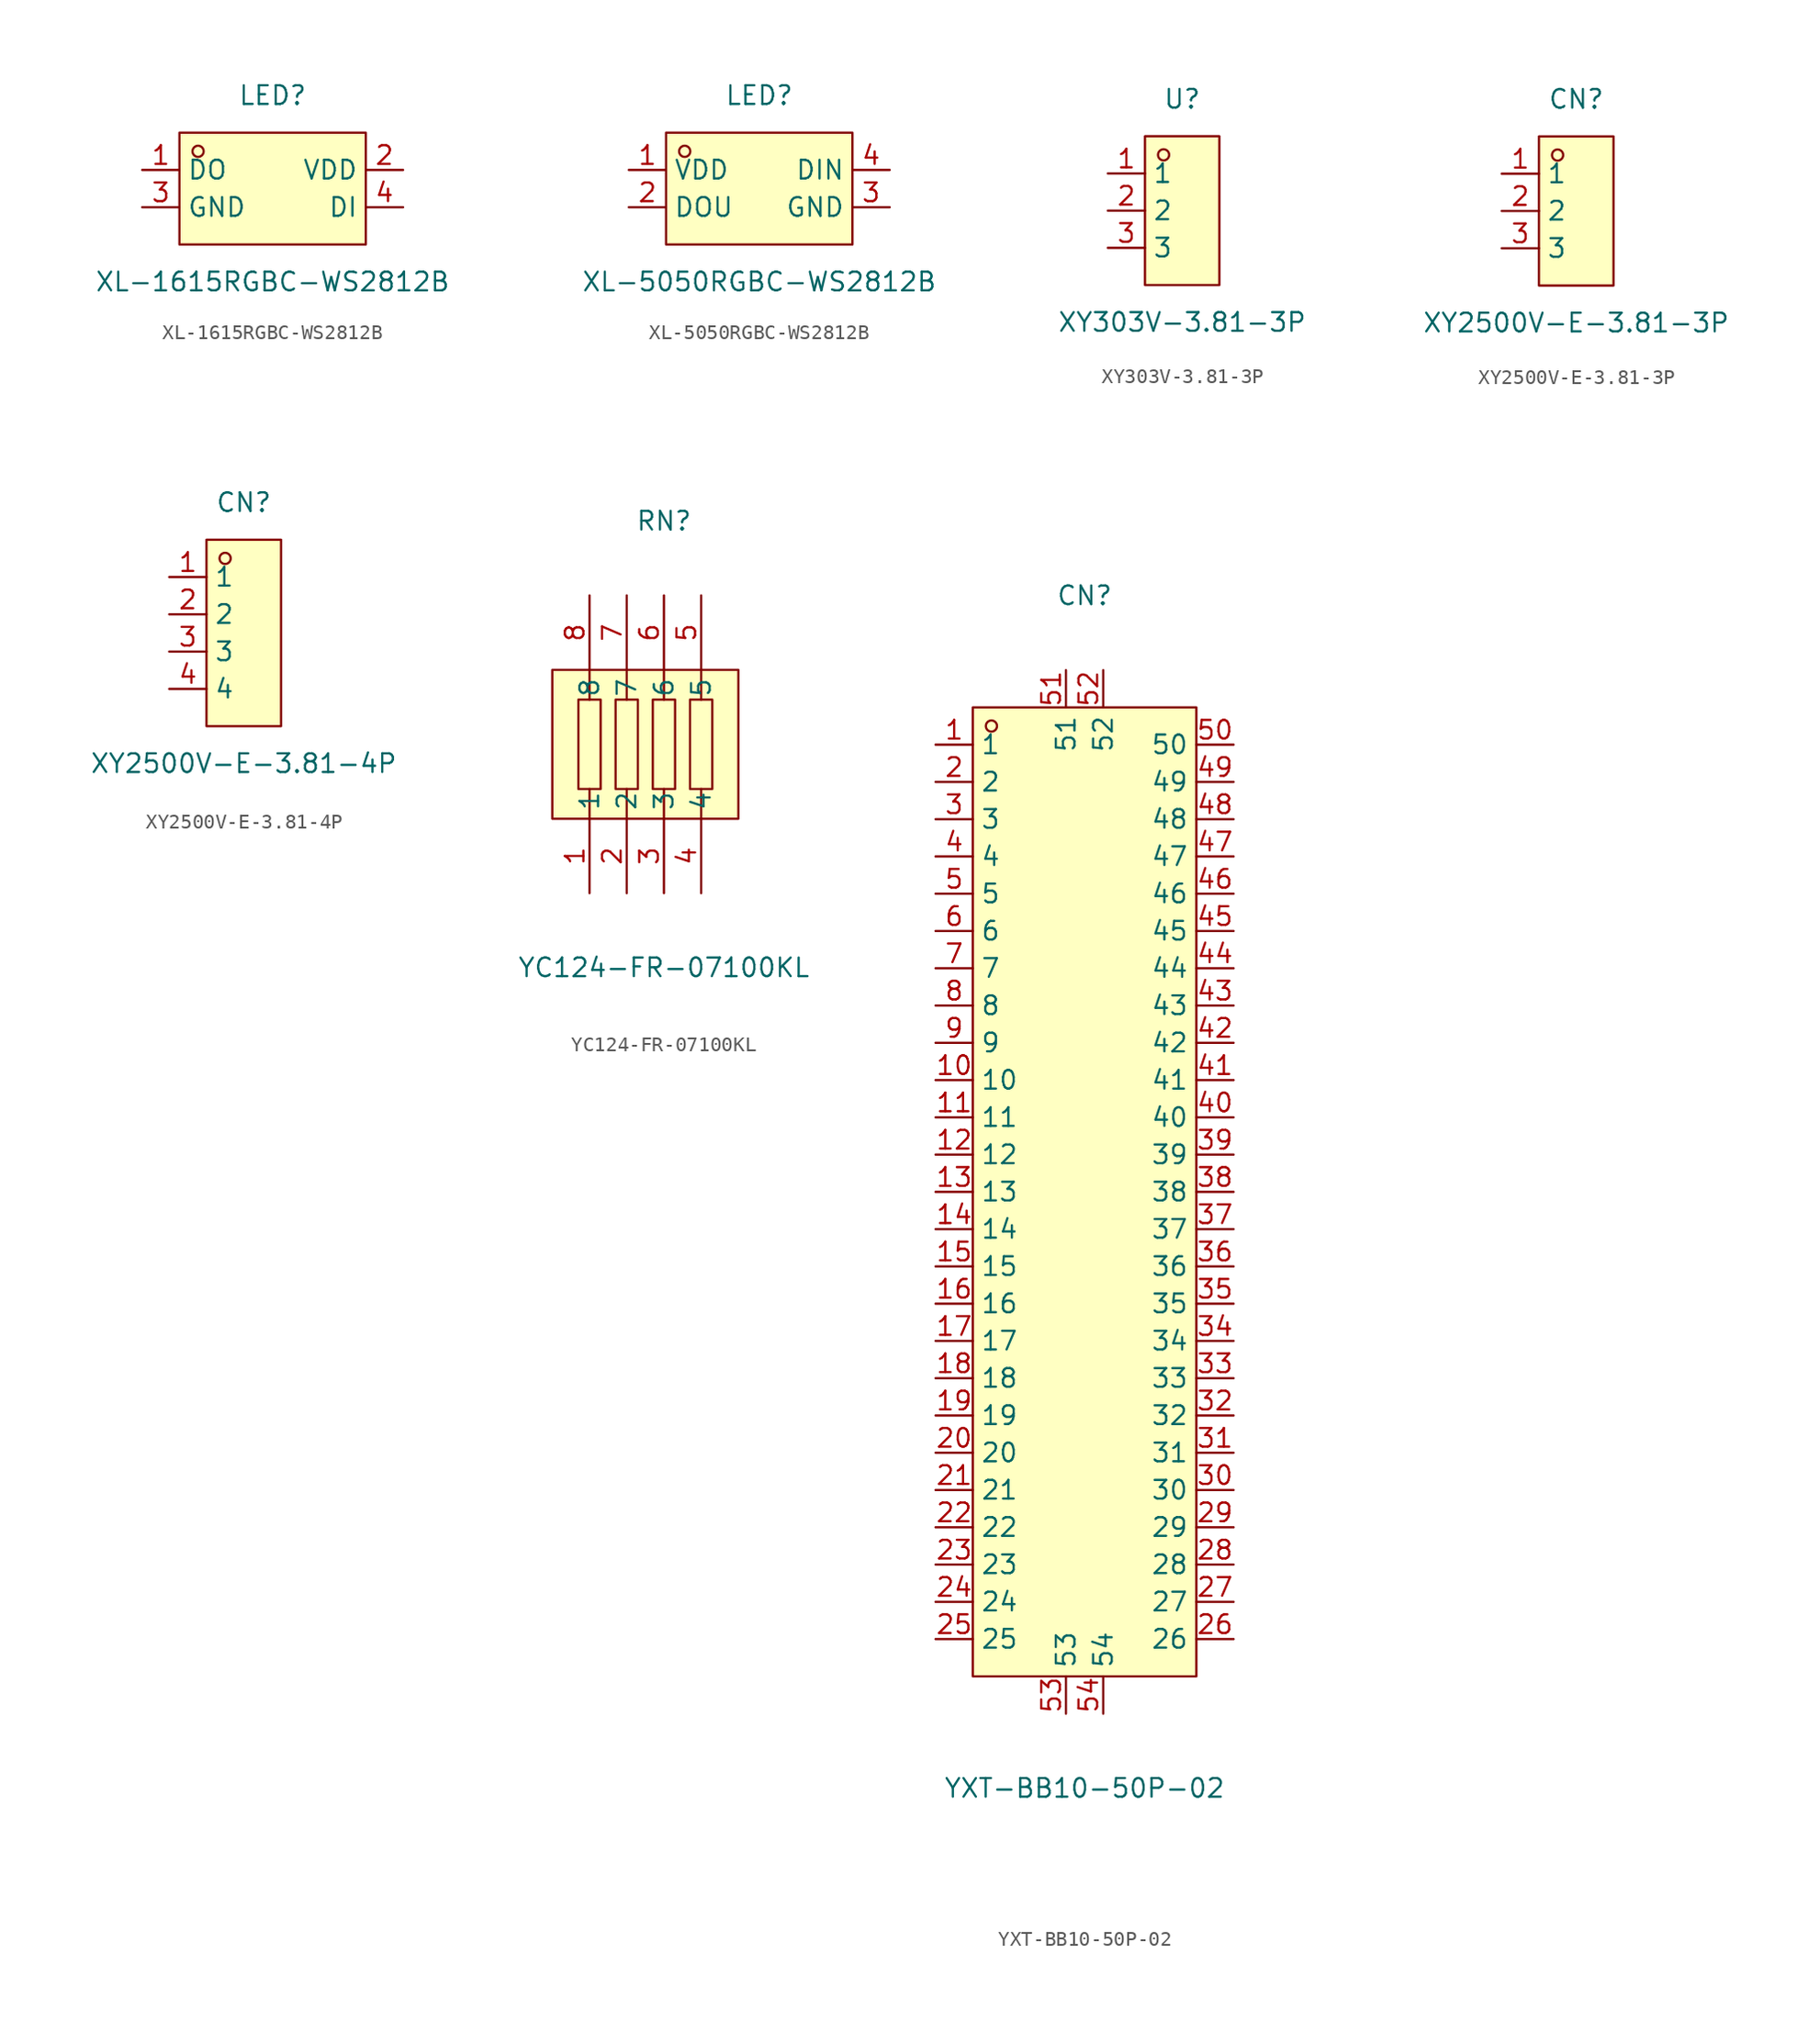
<source format=kicad_sym>
(kicad_symbol_lib
  (version 20231120)
  (generator "kicad_symbol_editor")
  (generator_version "8.0")
  (symbol "XL-1615RGBC-WS2812B"
    (property "Reference" "LED"
      (at 0 6.35 0)
      (effects (font (size 1.27 1.27))))
    (property "Value" "XL-1615RGBC-WS2812B"
      (at 0 -6.35 0)
      (effects (font (size 1.27 1.27))))
    (symbol "XL-1615RGBC-WS2812B_0_1"
      (rectangle (start -6.35 3.81) (end 6.35 -3.81) (stroke (width 0) (type default)) (fill (type background)))
      (circle (center -5.08 2.54) (radius 0.38) (stroke (width 0) (type default)) (fill (type none)))
      (pin unspecified line (at -8.89 1.27 0) (length 2.54) (name "DO" (effects (font (size 1.27 1.27)))) (number "1" (effects (font (size 1.27 1.27)))))
      (pin unspecified line (at 8.89 1.27 180) (length 2.54) (name "VDD" (effects (font (size 1.27 1.27)))) (number "2" (effects (font (size 1.27 1.27)))))
      (pin unspecified line (at -8.89 -1.27 0) (length 2.54) (name "GND" (effects (font (size 1.27 1.27)))) (number "3" (effects (font (size 1.27 1.27)))))
      (pin unspecified line (at 8.89 -1.27 180) (length 2.54) (name "DI" (effects (font (size 1.27 1.27)))) (number "4" (effects (font (size 1.27 1.27)))))))
  (symbol "XL-5050RGBC-WS2812B"
    (property "Reference" "LED"
      (at 0 6.35 0)
      (effects (font (size 1.27 1.27))))
    (property "Value" "XL-5050RGBC-WS2812B"
      (at 0 -6.35 0)
      (effects (font (size 1.27 1.27))))
    (symbol "XL-5050RGBC-WS2812B_0_1"
      (rectangle (start -6.35 3.81) (end 6.35 -3.81) (stroke (width 0) (type default)) (fill (type background)))
      (circle (center -5.08 2.54) (radius 0.38) (stroke (width 0) (type default)) (fill (type none)))
      (pin unspecified line (at -8.89 1.27 0) (length 2.54) (name "VDD" (effects (font (size 1.27 1.27)))) (number "1" (effects (font (size 1.27 1.27)))))
      (pin unspecified line (at -8.89 -1.27 0) (length 2.54) (name "DOU" (effects (font (size 1.27 1.27)))) (number "2" (effects (font (size 1.27 1.27)))))
      (pin unspecified line (at 8.89 -1.27 180) (length 2.54) (name "GND" (effects (font (size 1.27 1.27)))) (number "3" (effects (font (size 1.27 1.27)))))
      (pin unspecified line (at 8.89 1.27 180) (length 2.54) (name "DIN" (effects (font (size 1.27 1.27)))) (number "4" (effects (font (size 1.27 1.27)))))))
  (symbol "XY303V-3.81-3P"
    (property "Reference" "U"
      (at 0 7.62 0)
      (effects (font (size 1.27 1.27))))
    (property "Value" "XY303V-3.81-3P"
      (at 0 -7.62 0)
      (effects (font (size 1.27 1.27))))
    (symbol "XY303V-3.81-3P_0_1"
      (rectangle (start -2.54 5.08) (end 2.54 -5.08) (stroke (width 0) (type default)) (fill (type background)))
      (circle (center -1.27 3.81) (radius 0.38) (stroke (width 0) (type default)) (fill (type none)))
      (pin unspecified line (at -5.08 2.54 0) (length 2.54) (name "1" (effects (font (size 1.27 1.27)))) (number "1" (effects (font (size 1.27 1.27)))))
      (pin unspecified line (at -5.08 0 0) (length 2.54) (name "2" (effects (font (size 1.27 1.27)))) (number "2" (effects (font (size 1.27 1.27)))))
      (pin unspecified line (at -5.08 -2.54 0) (length 2.54) (name "3" (effects (font (size 1.27 1.27)))) (number "3" (effects (font (size 1.27 1.27)))))))
  (symbol "XY2500V-E-3.81-3P"
    (property "Reference" "CN"
      (at 0 7.62 0)
      (effects (font (size 1.27 1.27))))
    (property "Value" "XY2500V-E-3.81-3P"
      (at 0 -7.62 0)
      (effects (font (size 1.27 1.27))))
    (symbol "XY2500V-E-3.81-3P_0_1"
      (rectangle (start -2.54 5.08) (end 2.54 -5.08) (stroke (width 0) (type default)) (fill (type background)))
      (circle (center -1.27 3.81) (radius 0.38) (stroke (width 0) (type default)) (fill (type none)))
      (pin unspecified line (at -5.08 2.54 0) (length 2.54) (name "1" (effects (font (size 1.27 1.27)))) (number "1" (effects (font (size 1.27 1.27)))))
      (pin unspecified line (at -5.08 0 0) (length 2.54) (name "2" (effects (font (size 1.27 1.27)))) (number "2" (effects (font (size 1.27 1.27)))))
      (pin unspecified line (at -5.08 -2.54 0) (length 2.54) (name "3" (effects (font (size 1.27 1.27)))) (number "3" (effects (font (size 1.27 1.27)))))))
  (symbol "XY2500V-E-3.81-4P"
    (property "Reference" "CN"
      (at 0 8.89 0)
      (effects (font (size 1.27 1.27))))
    (property "Value" "XY2500V-E-3.81-4P"
      (at 0 -8.89 0)
      (effects (font (size 1.27 1.27))))
    (symbol "XY2500V-E-3.81-4P_0_1"
      (rectangle (start -2.54 6.35) (end 2.54 -6.35) (stroke (width 0) (type default)) (fill (type background)))
      (circle (center -1.27 5.08) (radius 0.38) (stroke (width 0) (type default)) (fill (type none)))
      (pin unspecified line (at -5.08 3.81 0) (length 2.54) (name "1" (effects (font (size 1.27 1.27)))) (number "1" (effects (font (size 1.27 1.27)))))
      (pin unspecified line (at -5.08 1.27 0) (length 2.54) (name "2" (effects (font (size 1.27 1.27)))) (number "2" (effects (font (size 1.27 1.27)))))
      (pin unspecified line (at -5.08 -1.27 0) (length 2.54) (name "3" (effects (font (size 1.27 1.27)))) (number "3" (effects (font (size 1.27 1.27)))))
      (pin unspecified line (at -5.08 -3.81 0) (length 2.54) (name "4" (effects (font (size 1.27 1.27)))) (number "4" (effects (font (size 1.27 1.27)))))))
  (symbol "YC124-FR-07100KL"
    (property "Reference" "RN"
      (at 0 15.24 0)
      (effects (font (size 1.27 1.27))))
    (property "Value" "YC124-FR-07100KL"
      (at 0 -15.24 0)
      (effects (font (size 1.27 1.27))))
    (symbol "YC124-FR-07100KL_0_1"
      (rectangle (start -7.62 5.08) (end 5.08 -5.08) (stroke (width 0) (type default)) (fill (type background)))
      (rectangle (start -5.84 3.05) (end -4.32 -3.05) (stroke (width 0) (type default)) (fill (type background)))
      (rectangle (start -3.3 3.05) (end -1.78 -3.05) (stroke (width 0) (type default)) (fill (type background)))
      (rectangle (start -0.76 3.05) (end 0.76 -3.05) (stroke (width 0) (type default)) (fill (type background)))
      (polyline (pts (xy -5.08 -3.05) (xy -5.08 -5.08)) (stroke (width 0) (type default)) (fill (type none)))
      (polyline (pts (xy -5.08 3.05) (xy -5.08 5.08)) (stroke (width 0) (type default)) (fill (type none)))
      (polyline (pts (xy -2.54 -3.05) (xy -2.54 -5.08)) (stroke (width 0) (type default)) (fill (type none)))
      (polyline (pts (xy -2.54 3.05) (xy -2.54 5.08)) (stroke (width 0) (type default)) (fill (type none)))
      (polyline (pts (xy 0 -3.05) (xy 0 -5.08)) (stroke (width 0) (type default)) (fill (type none)))
      (polyline (pts (xy 0 3.05) (xy 0 5.08)) (stroke (width 0) (type default)) (fill (type none)))
      (polyline (pts (xy 2.54 -3.05) (xy 2.54 -5.08)) (stroke (width 0) (type default)) (fill (type none)))
      (polyline (pts (xy 2.54 3.05) (xy 2.54 5.08)) (stroke (width 0) (type default)) (fill (type none)))
      (rectangle (start 1.78 3.05) (end 3.3 -3.05) (stroke (width 0) (type default)) (fill (type background)))
      (pin unspecified line (at -5.08 -10.16 90) (length 5.08) (name "1" (effects (font (size 1.27 1.27)))) (number "1" (effects (font (size 1.27 1.27)))))
      (pin unspecified line (at -2.54 -10.16 90) (length 5.08) (name "2" (effects (font (size 1.27 1.27)))) (number "2" (effects (font (size 1.27 1.27)))))
      (pin unspecified line (at 0 -10.16 90) (length 5.08) (name "3" (effects (font (size 1.27 1.27)))) (number "3" (effects (font (size 1.27 1.27)))))
      (pin unspecified line (at 2.54 -10.16 90) (length 5.08) (name "4" (effects (font (size 1.27 1.27)))) (number "4" (effects (font (size 1.27 1.27)))))
      (pin unspecified line (at 2.54 10.16 270) (length 5.08) (name "5" (effects (font (size 1.27 1.27)))) (number "5" (effects (font (size 1.27 1.27)))))
      (pin unspecified line (at 0 10.16 270) (length 5.08) (name "6" (effects (font (size 1.27 1.27)))) (number "6" (effects (font (size 1.27 1.27)))))
      (pin unspecified line (at -2.54 10.16 270) (length 5.08) (name "7" (effects (font (size 1.27 1.27)))) (number "7" (effects (font (size 1.27 1.27)))))
      (pin unspecified line (at -5.08 10.16 270) (length 5.08) (name "8" (effects (font (size 1.27 1.27)))) (number "8" (effects (font (size 1.27 1.27)))))))
  (symbol "YXT-BB10-50P-02"
    (property "Reference" "CN"
      (at 0 40.64 0)
      (effects (font (size 1.27 1.27))))
    (property "Value" "YXT-BB10-50P-02"
      (at 0 -40.64 0)
      (effects (font (size 1.27 1.27))))
    (symbol "YXT-BB10-50P-02_0_1"
      (rectangle (start -7.62 33.02) (end 7.62 -33.02) (stroke (width 0) (type default)) (fill (type background)))
      (circle (center -6.35 31.75) (radius 0.38) (stroke (width 0) (type default)) (fill (type none)))
      (pin unspecified line (at -10.16 30.48 0) (length 2.54) (name "1" (effects (font (size 1.27 1.27)))) (number "1" (effects (font (size 1.27 1.27)))))
      (pin unspecified line (at -10.16 7.62 0) (length 2.54) (name "10" (effects (font (size 1.27 1.27)))) (number "10" (effects (font (size 1.27 1.27)))))
      (pin unspecified line (at -10.16 5.08 0) (length 2.54) (name "11" (effects (font (size 1.27 1.27)))) (number "11" (effects (font (size 1.27 1.27)))))
      (pin unspecified line (at -10.16 2.54 0) (length 2.54) (name "12" (effects (font (size 1.27 1.27)))) (number "12" (effects (font (size 1.27 1.27)))))
      (pin unspecified line (at -10.16 0 0) (length 2.54) (name "13" (effects (font (size 1.27 1.27)))) (number "13" (effects (font (size 1.27 1.27)))))
      (pin unspecified line (at -10.16 -2.54 0) (length 2.54) (name "14" (effects (font (size 1.27 1.27)))) (number "14" (effects (font (size 1.27 1.27)))))
      (pin unspecified line (at -10.16 -5.08 0) (length 2.54) (name "15" (effects (font (size 1.27 1.27)))) (number "15" (effects (font (size 1.27 1.27)))))
      (pin unspecified line (at -10.16 -7.62 0) (length 2.54) (name "16" (effects (font (size 1.27 1.27)))) (number "16" (effects (font (size 1.27 1.27)))))
      (pin unspecified line (at -10.16 -10.16 0) (length 2.54) (name "17" (effects (font (size 1.27 1.27)))) (number "17" (effects (font (size 1.27 1.27)))))
      (pin unspecified line (at -10.16 -12.7 0) (length 2.54) (name "18" (effects (font (size 1.27 1.27)))) (number "18" (effects (font (size 1.27 1.27)))))
      (pin unspecified line (at -10.16 -15.24 0) (length 2.54) (name "19" (effects (font (size 1.27 1.27)))) (number "19" (effects (font (size 1.27 1.27)))))
      (pin unspecified line (at -10.16 27.94 0) (length 2.54) (name "2" (effects (font (size 1.27 1.27)))) (number "2" (effects (font (size 1.27 1.27)))))
      (pin unspecified line (at -10.16 -17.78 0) (length 2.54) (name "20" (effects (font (size 1.27 1.27)))) (number "20" (effects (font (size 1.27 1.27)))))
      (pin unspecified line (at -10.16 -20.32 0) (length 2.54) (name "21" (effects (font (size 1.27 1.27)))) (number "21" (effects (font (size 1.27 1.27)))))
      (pin unspecified line (at -10.16 -22.86 0) (length 2.54) (name "22" (effects (font (size 1.27 1.27)))) (number "22" (effects (font (size 1.27 1.27)))))
      (pin unspecified line (at -10.16 -25.4 0) (length 2.54) (name "23" (effects (font (size 1.27 1.27)))) (number "23" (effects (font (size 1.27 1.27)))))
      (pin unspecified line (at -10.16 -27.94 0) (length 2.54) (name "24" (effects (font (size 1.27 1.27)))) (number "24" (effects (font (size 1.27 1.27)))))
      (pin unspecified line (at -10.16 -30.48 0) (length 2.54) (name "25" (effects (font (size 1.27 1.27)))) (number "25" (effects (font (size 1.27 1.27)))))
      (pin unspecified line (at 10.16 -30.48 180) (length 2.54) (name "26" (effects (font (size 1.27 1.27)))) (number "26" (effects (font (size 1.27 1.27)))))
      (pin unspecified line (at 10.16 -27.94 180) (length 2.54) (name "27" (effects (font (size 1.27 1.27)))) (number "27" (effects (font (size 1.27 1.27)))))
      (pin unspecified line (at 10.16 -25.4 180) (length 2.54) (name "28" (effects (font (size 1.27 1.27)))) (number "28" (effects (font (size 1.27 1.27)))))
      (pin unspecified line (at 10.16 -22.86 180) (length 2.54) (name "29" (effects (font (size 1.27 1.27)))) (number "29" (effects (font (size 1.27 1.27)))))
      (pin unspecified line (at -10.16 25.4 0) (length 2.54) (name "3" (effects (font (size 1.27 1.27)))) (number "3" (effects (font (size 1.27 1.27)))))
      (pin unspecified line (at 10.16 -20.32 180) (length 2.54) (name "30" (effects (font (size 1.27 1.27)))) (number "30" (effects (font (size 1.27 1.27)))))
      (pin unspecified line (at 10.16 -17.78 180) (length 2.54) (name "31" (effects (font (size 1.27 1.27)))) (number "31" (effects (font (size 1.27 1.27)))))
      (pin unspecified line (at 10.16 -15.24 180) (length 2.54) (name "32" (effects (font (size 1.27 1.27)))) (number "32" (effects (font (size 1.27 1.27)))))
      (pin unspecified line (at 10.16 -12.7 180) (length 2.54) (name "33" (effects (font (size 1.27 1.27)))) (number "33" (effects (font (size 1.27 1.27)))))
      (pin unspecified line (at 10.16 -10.16 180) (length 2.54) (name "34" (effects (font (size 1.27 1.27)))) (number "34" (effects (font (size 1.27 1.27)))))
      (pin unspecified line (at 10.16 -7.62 180) (length 2.54) (name "35" (effects (font (size 1.27 1.27)))) (number "35" (effects (font (size 1.27 1.27)))))
      (pin unspecified line (at 10.16 -5.08 180) (length 2.54) (name "36" (effects (font (size 1.27 1.27)))) (number "36" (effects (font (size 1.27 1.27)))))
      (pin unspecified line (at 10.16 -2.54 180) (length 2.54) (name "37" (effects (font (size 1.27 1.27)))) (number "37" (effects (font (size 1.27 1.27)))))
      (pin unspecified line (at 10.16 0 180) (length 2.54) (name "38" (effects (font (size 1.27 1.27)))) (number "38" (effects (font (size 1.27 1.27)))))
      (pin unspecified line (at 10.16 2.54 180) (length 2.54) (name "39" (effects (font (size 1.27 1.27)))) (number "39" (effects (font (size 1.27 1.27)))))
      (pin unspecified line (at -10.16 22.86 0) (length 2.54) (name "4" (effects (font (size 1.27 1.27)))) (number "4" (effects (font (size 1.27 1.27)))))
      (pin unspecified line (at 10.16 5.08 180) (length 2.54) (name "40" (effects (font (size 1.27 1.27)))) (number "40" (effects (font (size 1.27 1.27)))))
      (pin unspecified line (at 10.16 7.62 180) (length 2.54) (name "41" (effects (font (size 1.27 1.27)))) (number "41" (effects (font (size 1.27 1.27)))))
      (pin unspecified line (at 10.16 10.16 180) (length 2.54) (name "42" (effects (font (size 1.27 1.27)))) (number "42" (effects (font (size 1.27 1.27)))))
      (pin unspecified line (at 10.16 12.7 180) (length 2.54) (name "43" (effects (font (size 1.27 1.27)))) (number "43" (effects (font (size 1.27 1.27)))))
      (pin unspecified line (at 10.16 15.24 180) (length 2.54) (name "44" (effects (font (size 1.27 1.27)))) (number "44" (effects (font (size 1.27 1.27)))))
      (pin unspecified line (at 10.16 17.78 180) (length 2.54) (name "45" (effects (font (size 1.27 1.27)))) (number "45" (effects (font (size 1.27 1.27)))))
      (pin unspecified line (at 10.16 20.32 180) (length 2.54) (name "46" (effects (font (size 1.27 1.27)))) (number "46" (effects (font (size 1.27 1.27)))))
      (pin unspecified line (at 10.16 22.86 180) (length 2.54) (name "47" (effects (font (size 1.27 1.27)))) (number "47" (effects (font (size 1.27 1.27)))))
      (pin unspecified line (at 10.16 25.4 180) (length 2.54) (name "48" (effects (font (size 1.27 1.27)))) (number "48" (effects (font (size 1.27 1.27)))))
      (pin unspecified line (at 10.16 27.94 180) (length 2.54) (name "49" (effects (font (size 1.27 1.27)))) (number "49" (effects (font (size 1.27 1.27)))))
      (pin unspecified line (at -10.16 20.32 0) (length 2.54) (name "5" (effects (font (size 1.27 1.27)))) (number "5" (effects (font (size 1.27 1.27)))))
      (pin unspecified line (at 10.16 30.48 180) (length 2.54) (name "50" (effects (font (size 1.27 1.27)))) (number "50" (effects (font (size 1.27 1.27)))))
      (pin unspecified line (at -1.27 35.56 270) (length 2.54) (name "51" (effects (font (size 1.27 1.27)))) (number "51" (effects (font (size 1.27 1.27)))))
      (pin unspecified line (at 1.27 35.56 270) (length 2.54) (name "52" (effects (font (size 1.27 1.27)))) (number "52" (effects (font (size 1.27 1.27)))))
      (pin unspecified line (at -1.27 -35.56 90) (length 2.54) (name "53" (effects (font (size 1.27 1.27)))) (number "53" (effects (font (size 1.27 1.27)))))
      (pin unspecified line (at 1.27 -35.56 90) (length 2.54) (name "54" (effects (font (size 1.27 1.27)))) (number "54" (effects (font (size 1.27 1.27)))))
      (pin unspecified line (at -10.16 17.78 0) (length 2.54) (name "6" (effects (font (size 1.27 1.27)))) (number "6" (effects (font (size 1.27 1.27)))))
      (pin unspecified line (at -10.16 15.24 0) (length 2.54) (name "7" (effects (font (size 1.27 1.27)))) (number "7" (effects (font (size 1.27 1.27)))))
      (pin unspecified line (at -10.16 12.7 0) (length 2.54) (name "8" (effects (font (size 1.27 1.27)))) (number "8" (effects (font (size 1.27 1.27)))))
      (pin unspecified line (at -10.16 10.16 0) (length 2.54) (name "9" (effects (font (size 1.27 1.27)))) (number "9" (effects (font (size 1.27 1.27))))))))
</source>
